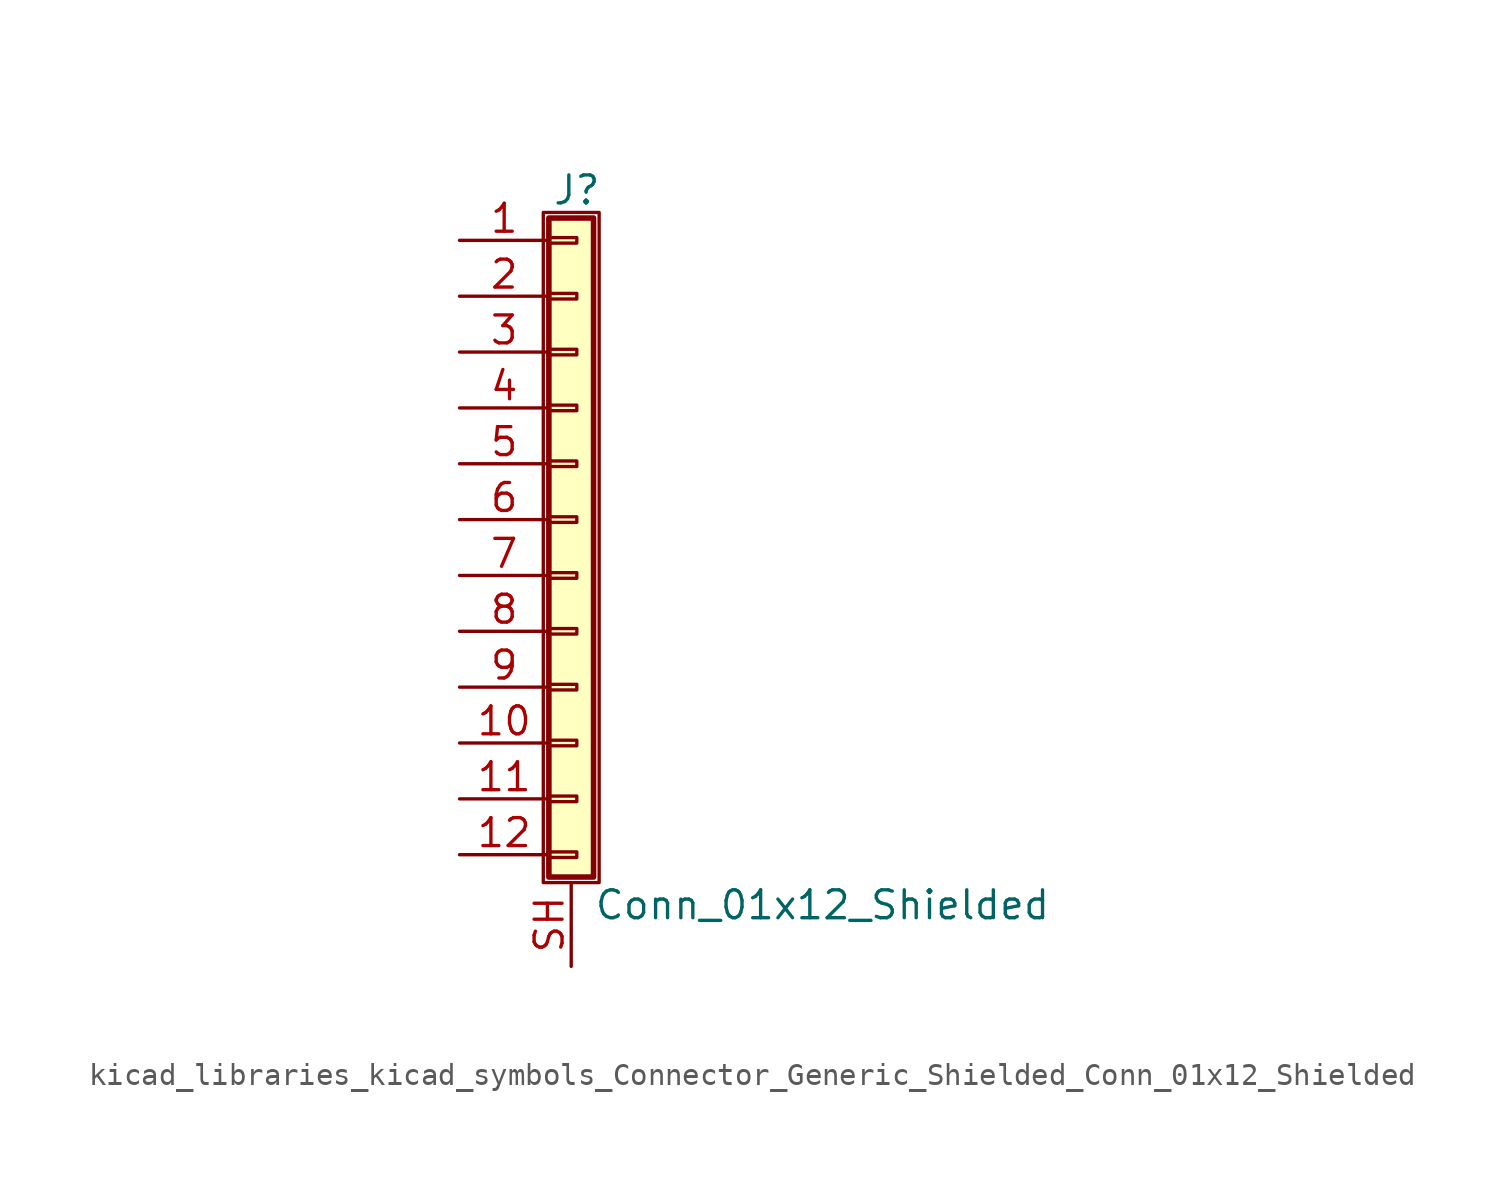
<source format=kicad_sym>
(kicad_symbol_lib
  (version 20220914)
  (generator kicad_symbol_editor)
  (symbol "kicad_libraries_kicad_symbols_Connector_Generic_Shielded_Conn_01x12_Shielded"
    (pin_names
      (offset 1.016) hide)
    (property "Reference" "J"
      (at 0.254 14.986 0)
      (effects (font (size 1.27 1.27))))
    (property "Value" "Conn_01x12_Shielded"
      (at 1.016 -17.526 0)
      (effects (font (size 1.27 1.27)) (justify left)))
    (symbol "kicad_libraries_kicad_symbols_Connector_Generic_Shielded_Conn_01x12_Shielded_1_1"
      (rectangle (start -1.27 13.97) (end 1.27 -16.51) (stroke (width 0.152) (type default)) (fill (type none)))
      (rectangle (start -1.016 -15.113) (end 0.254 -15.367) (stroke (width 0.152) (type default)) (fill (type none)))
      (rectangle (start -1.016 -12.573) (end 0.254 -12.827) (stroke (width 0.152) (type default)) (fill (type none)))
      (rectangle (start -1.016 -10.033) (end 0.254 -10.287) (stroke (width 0.152) (type default)) (fill (type none)))
      (rectangle (start -1.016 -7.493) (end 0.254 -7.747) (stroke (width 0.152) (type default)) (fill (type none)))
      (rectangle (start -1.016 -4.953) (end 0.254 -5.207) (stroke (width 0.152) (type default)) (fill (type none)))
      (rectangle (start -1.016 -2.413) (end 0.254 -2.667) (stroke (width 0.152) (type default)) (fill (type none)))
      (rectangle (start -1.016 0.127) (end 0.254 -0.127) (stroke (width 0.152) (type default)) (fill (type none)))
      (rectangle (start -1.016 2.667) (end 0.254 2.413) (stroke (width 0.152) (type default)) (fill (type none)))
      (rectangle (start -1.016 5.207) (end 0.254 4.953) (stroke (width 0.152) (type default)) (fill (type none)))
      (rectangle (start -1.016 7.747) (end 0.254 7.493) (stroke (width 0.152) (type default)) (fill (type none)))
      (rectangle (start -1.016 10.287) (end 0.254 10.033) (stroke (width 0.152) (type default)) (fill (type none)))
      (rectangle (start -1.016 12.827) (end 0.254 12.573) (stroke (width 0.152) (type default)) (fill (type none)))
      (rectangle (start -1.016 13.716) (end 1.016 -16.256) (stroke (width 0.254) (type default)) (fill (type background)))
      (pin passive line (at -5.08 12.7 0) (length 4.064) (name "Pin_1" (effects (font (size 1.27 1.27)))) (number "1" (effects (font (size 1.27 1.27)))))
      (pin passive line (at -5.08 -10.16 0) (length 4.064) (name "Pin_10" (effects (font (size 1.27 1.27)))) (number "10" (effects (font (size 1.27 1.27)))))
      (pin passive line (at -5.08 -12.7 0) (length 4.064) (name "Pin_11" (effects (font (size 1.27 1.27)))) (number "11" (effects (font (size 1.27 1.27)))))
      (pin passive line (at -5.08 -15.24 0) (length 4.064) (name "Pin_12" (effects (font (size 1.27 1.27)))) (number "12" (effects (font (size 1.27 1.27)))))
      (pin passive line (at -5.08 10.16 0) (length 4.064) (name "Pin_2" (effects (font (size 1.27 1.27)))) (number "2" (effects (font (size 1.27 1.27)))))
      (pin passive line (at -5.08 7.62 0) (length 4.064) (name "Pin_3" (effects (font (size 1.27 1.27)))) (number "3" (effects (font (size 1.27 1.27)))))
      (pin passive line (at -5.08 5.08 0) (length 4.064) (name "Pin_4" (effects (font (size 1.27 1.27)))) (number "4" (effects (font (size 1.27 1.27)))))
      (pin passive line (at -5.08 2.54 0) (length 4.064) (name "Pin_5" (effects (font (size 1.27 1.27)))) (number "5" (effects (font (size 1.27 1.27)))))
      (pin passive line (at -5.08 0 0) (length 4.064) (name "Pin_6" (effects (font (size 1.27 1.27)))) (number "6" (effects (font (size 1.27 1.27)))))
      (pin passive line (at -5.08 -2.54 0) (length 4.064) (name "Pin_7" (effects (font (size 1.27 1.27)))) (number "7" (effects (font (size 1.27 1.27)))))
      (pin passive line (at -5.08 -5.08 0) (length 4.064) (name "Pin_8" (effects (font (size 1.27 1.27)))) (number "8" (effects (font (size 1.27 1.27)))))
      (pin passive line (at -5.08 -7.62 0) (length 4.064) (name "Pin_9" (effects (font (size 1.27 1.27)))) (number "9" (effects (font (size 1.27 1.27)))))
      (pin passive line (at 0 -20.32 90) (length 3.81) (name "Shield" (effects (font (size 1.27 1.27)))) (number "SH" (effects (font (size 1.27 1.27))))))))
</source>
